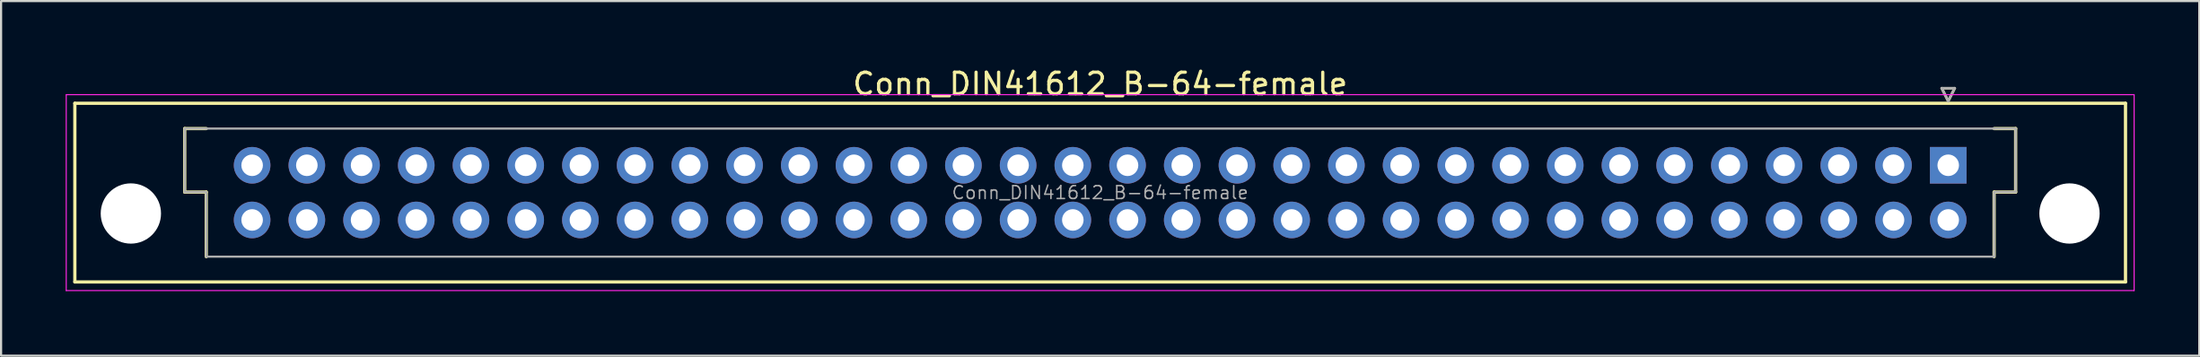
<source format=kicad_pcb>
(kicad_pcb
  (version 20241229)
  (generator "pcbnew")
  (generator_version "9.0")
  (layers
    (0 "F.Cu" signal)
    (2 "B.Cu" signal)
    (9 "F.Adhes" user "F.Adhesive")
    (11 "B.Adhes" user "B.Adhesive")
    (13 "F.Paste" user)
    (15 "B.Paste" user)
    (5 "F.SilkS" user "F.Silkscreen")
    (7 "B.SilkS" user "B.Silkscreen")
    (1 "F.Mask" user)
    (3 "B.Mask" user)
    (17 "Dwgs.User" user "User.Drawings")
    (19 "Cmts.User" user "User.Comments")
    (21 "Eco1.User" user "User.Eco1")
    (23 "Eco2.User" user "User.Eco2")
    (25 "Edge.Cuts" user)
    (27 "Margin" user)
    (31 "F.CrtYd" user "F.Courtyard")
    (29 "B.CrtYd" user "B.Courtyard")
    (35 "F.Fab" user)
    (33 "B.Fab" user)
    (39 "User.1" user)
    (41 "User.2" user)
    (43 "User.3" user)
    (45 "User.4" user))
  (footprint "Conn_DIN41612_B-64-female"
    (layer "F.Cu")
    (at 87.395 4.628)
    (property "Reference" "Conn_DIN41612_B-64-female" (at -39.37 -3.78 0) (layer "F.SilkS") (effects (font (size 1 1) (thickness 0.15))))
    (attr through_hole)
    (fp_line (start -86.97 -2.88) (end -86.97 5.42) (stroke (width 0.15) (type solid)) (layer "F.SilkS"))
    (fp_line (start -86.97 5.42) (end 8.23 5.42) (stroke (width 0.15) (type solid)) (layer "F.SilkS"))
    (fp_line (start -81.87 -1.705) (end -81.87 1.245) (stroke (width 0.15) (type solid)) (layer "F.SilkS"))
    (fp_line (start -81.87 1.245) (end -80.87 1.245) (stroke (width 0.15) (type solid)) (layer "F.SilkS"))
    (fp_line (start -80.87 -1.705) (end -81.87 -1.705) (stroke (width 0.15) (type solid)) (layer "F.SilkS"))
    (fp_line (start -80.87 1.245) (end -80.87 4.245) (stroke (width 0.15) (type solid)) (layer "F.SilkS"))
    (fp_line (start -0.3 -3.58) (end 0.3 -3.58) (stroke (width 0.12) (type solid)) (layer "F.SilkS"))
    (fp_line (start 0 -2.98) (end -0.3 -3.58) (stroke (width 0.12) (type solid)) (layer "F.SilkS"))
    (fp_line (start 0.3 -3.58) (end 0 -2.98) (stroke (width 0.12) (type solid)) (layer "F.SilkS"))
    (fp_line (start 2.13 1.245) (end 3.13 1.245) (stroke (width 0.15) (type solid)) (layer "F.SilkS"))
    (fp_line (start 2.13 4.245) (end 2.13 1.245) (stroke (width 0.15) (type solid)) (layer "F.SilkS"))
    (fp_line (start 3.13 -1.705) (end 2.13 -1.705) (stroke (width 0.15) (type solid)) (layer "F.SilkS"))
    (fp_line (start 3.13 1.245) (end 3.13 -1.705) (stroke (width 0.15) (type solid)) (layer "F.SilkS"))
    (fp_line (start 8.23 -2.88) (end -86.97 -2.88) (stroke (width 0.15) (type solid)) (layer "F.SilkS"))
    (fp_line (start 8.23 5.42) (end 8.23 -2.88) (stroke (width 0.15) (type solid)) (layer "F.SilkS"))
    (fp_line (start -87.37 -3.28) (end -87.37 5.82) (stroke (width 0.05) (type solid)) (layer "F.CrtYd"))
    (fp_line (start -87.37 5.82) (end 8.63 5.82) (stroke (width 0.05) (type solid)) (layer "F.CrtYd"))
    (fp_line (start 8.63 -3.28) (end -87.37 -3.28) (stroke (width 0.05) (type solid)) (layer "F.CrtYd"))
    (fp_line (start 8.63 5.82) (end 8.63 -3.28) (stroke (width 0.05) (type solid)) (layer "F.CrtYd"))
    (fp_line (start -81.87 -1.705) (end -81.87 1.245) (stroke (width 0.1) (type solid)) (layer "F.Fab"))
    (fp_line (start -81.87 1.245) (end -80.87 1.245) (stroke (width 0.1) (type solid)) (layer "F.Fab"))
    (fp_line (start -80.87 -1.705) (end -81.87 -1.705) (stroke (width 0.1) (type solid)) (layer "F.Fab"))
    (fp_line (start -80.87 1.245) (end -80.87 4.245) (stroke (width 0.1) (type solid)) (layer "F.Fab"))
    (fp_line (start -80.87 4.245) (end 2.13 4.245) (stroke (width 0.1) (type solid)) (layer "F.Fab"))
    (fp_line (start -0.3 -3.58) (end 0.3 -3.58) (stroke (width 0.12) (type solid)) (layer "F.Fab"))
    (fp_line (start 0 -2.98) (end -0.3 -3.58) (stroke (width 0.12) (type solid)) (layer "F.Fab"))
    (fp_line (start 0.3 -3.58) (end 0 -2.98) (stroke (width 0.12) (type solid)) (layer "F.Fab"))
    (fp_line (start 2.13 -1.705) (end -80.87 -1.705) (stroke (width 0.1) (type solid)) (layer "F.Fab"))
    (fp_line (start 2.13 1.245) (end 3.13 1.245) (stroke (width 0.1) (type solid)) (layer "F.Fab"))
    (fp_line (start 2.13 4.245) (end 2.13 1.245) (stroke (width 0.1) (type solid)) (layer "F.Fab"))
    (fp_line (start 3.13 -1.705) (end 2.13 -1.705) (stroke (width 0.1) (type solid)) (layer "F.Fab"))
    (fp_line (start 3.13 1.245) (end 3.13 -1.705) (stroke (width 0.1) (type solid)) (layer "F.Fab"))
    (fp_text user "${REFERENCE}" (at -39.37 1.27 0) (layer "F.Fab") (effects (font (size 0.6 0.6) (thickness 0.07))))
    (pad "" np_thru_hole circle (at -84.37 2.24) (size 2.8 2.8) (drill 2.8) (layers "*.Cu" "*.Mask"))
    (pad "" np_thru_hole circle (at 5.63 2.24) (size 2.8 2.8) (drill 2.8) (layers "*.Cu" "*.Mask"))
    (pad "A1" thru_hole rect (at 0 0) (size 1.7 1.7) (drill 1) (layers "*.Cu" "*.Mask"))
    (pad "A2" thru_hole circle (at -2.54 0) (size 1.7 1.7) (drill 1) (layers "*.Cu" "*.Mask"))
    (pad "A3" thru_hole circle (at -5.08 0) (size 1.7 1.7) (drill 1) (layers "*.Cu" "*.Mask"))
    (pad "A4" thru_hole circle (at -7.62 0) (size 1.7 1.7) (drill 1) (layers "*.Cu" "*.Mask"))
    (pad "A5" thru_hole circle (at -10.16 0) (size 1.7 1.7) (drill 1) (layers "*.Cu" "*.Mask"))
    (pad "A6" thru_hole circle (at -12.7 0) (size 1.7 1.7) (drill 1) (layers "*.Cu" "*.Mask"))
    (pad "A7" thru_hole circle (at -15.24 0) (size 1.7 1.7) (drill 1) (layers "*.Cu" "*.Mask"))
    (pad "A8" thru_hole circle (at -17.78 0) (size 1.7 1.7) (drill 1) (layers "*.Cu" "*.Mask"))
    (pad "A9" thru_hole circle (at -20.32 0) (size 1.7 1.7) (drill 1) (layers "*.Cu" "*.Mask"))
    (pad "A10" thru_hole circle (at -22.86 0) (size 1.7 1.7) (drill 1) (layers "*.Cu" "*.Mask"))
    (pad "A11" thru_hole circle (at -25.4 0) (size 1.7 1.7) (drill 1) (layers "*.Cu" "*.Mask"))
    (pad "A12" thru_hole circle (at -27.94 0) (size 1.7 1.7) (drill 1) (layers "*.Cu" "*.Mask"))
    (pad "A13" thru_hole circle (at -30.48 0) (size 1.7 1.7) (drill 1) (layers "*.Cu" "*.Mask"))
    (pad "A14" thru_hole circle (at -33.02 0) (size 1.7 1.7) (drill 1) (layers "*.Cu" "*.Mask"))
    (pad "A15" thru_hole circle (at -35.56 0) (size 1.7 1.7) (drill 1) (layers "*.Cu" "*.Mask"))
    (pad "A16" thru_hole circle (at -38.1 0) (size 1.7 1.7) (drill 1) (layers "*.Cu" "*.Mask"))
    (pad "A17" thru_hole circle (at -40.64 0) (size 1.7 1.7) (drill 1) (layers "*.Cu" "*.Mask"))
    (pad "A18" thru_hole circle (at -43.18 0) (size 1.7 1.7) (drill 1) (layers "*.Cu" "*.Mask"))
    (pad "A19" thru_hole circle (at -45.72 0) (size 1.7 1.7) (drill 1) (layers "*.Cu" "*.Mask"))
    (pad "A20" thru_hole circle (at -48.26 0) (size 1.7 1.7) (drill 1) (layers "*.Cu" "*.Mask"))
    (pad "A21" thru_hole circle (at -50.8 0) (size 1.7 1.7) (drill 1) (layers "*.Cu" "*.Mask"))
    (pad "A22" thru_hole circle (at -53.34 0) (size 1.7 1.7) (drill 1) (layers "*.Cu" "*.Mask"))
    (pad "A23" thru_hole circle (at -55.88 0) (size 1.7 1.7) (drill 1) (layers "*.Cu" "*.Mask"))
    (pad "A24" thru_hole circle (at -58.42 0) (size 1.7 1.7) (drill 1) (layers "*.Cu" "*.Mask"))
    (pad "A25" thru_hole circle (at -60.96 0) (size 1.7 1.7) (drill 1) (layers "*.Cu" "*.Mask"))
    (pad "A26" thru_hole circle (at -63.5 0) (size 1.7 1.7) (drill 1) (layers "*.Cu" "*.Mask"))
    (pad "A27" thru_hole circle (at -66.04 0) (size 1.7 1.7) (drill 1) (layers "*.Cu" "*.Mask"))
    (pad "A28" thru_hole circle (at -68.58 0) (size 1.7 1.7) (drill 1) (layers "*.Cu" "*.Mask"))
    (pad "A29" thru_hole circle (at -71.12 0) (size 1.7 1.7) (drill 1) (layers "*.Cu" "*.Mask"))
    (pad "A30" thru_hole circle (at -73.66 0) (size 1.7 1.7) (drill 1) (layers "*.Cu" "*.Mask"))
    (pad "A31" thru_hole circle (at -76.2 0) (size 1.7 1.7) (drill 1) (layers "*.Cu" "*.Mask"))
    (pad "A32" thru_hole circle (at -78.74 0) (size 1.7 1.7) (drill 1) (layers "*.Cu" "*.Mask"))
    (pad "B1" thru_hole circle (at 0 2.54) (size 1.7 1.7) (drill 1) (layers "*.Cu" "*.Mask"))
    (pad "B2" thru_hole circle (at -2.54 2.54) (size 1.7 1.7) (drill 1) (layers "*.Cu" "*.Mask"))
    (pad "B3" thru_hole circle (at -5.08 2.54) (size 1.7 1.7) (drill 1) (layers "*.Cu" "*.Mask"))
    (pad "B4" thru_hole circle (at -7.62 2.54) (size 1.7 1.7) (drill 1) (layers "*.Cu" "*.Mask"))
    (pad "B5" thru_hole circle (at -10.16 2.54) (size 1.7 1.7) (drill 1) (layers "*.Cu" "*.Mask"))
    (pad "B6" thru_hole circle (at -12.7 2.54) (size 1.7 1.7) (drill 1) (layers "*.Cu" "*.Mask"))
    (pad "B7" thru_hole circle (at -15.24 2.54) (size 1.7 1.7) (drill 1) (layers "*.Cu" "*.Mask"))
    (pad "B8" thru_hole circle (at -17.78 2.54) (size 1.7 1.7) (drill 1) (layers "*.Cu" "*.Mask"))
    (pad "B9" thru_hole circle (at -20.32 2.54) (size 1.7 1.7) (drill 1) (layers "*.Cu" "*.Mask"))
    (pad "B10" thru_hole circle (at -22.86 2.54) (size 1.7 1.7) (drill 1) (layers "*.Cu" "*.Mask"))
    (pad "B11" thru_hole circle (at -25.4 2.54) (size 1.7 1.7) (drill 1) (layers "*.Cu" "*.Mask"))
    (pad "B12" thru_hole circle (at -27.94 2.54) (size 1.7 1.7) (drill 1) (layers "*.Cu" "*.Mask"))
    (pad "B13" thru_hole circle (at -30.48 2.54) (size 1.7 1.7) (drill 1) (layers "*.Cu" "*.Mask"))
    (pad "B14" thru_hole circle (at -33.02 2.54) (size 1.7 1.7) (drill 1) (layers "*.Cu" "*.Mask"))
    (pad "B15" thru_hole circle (at -35.56 2.54) (size 1.7 1.7) (drill 1) (layers "*.Cu" "*.Mask"))
    (pad "B16" thru_hole circle (at -38.1 2.54) (size 1.7 1.7) (drill 1) (layers "*.Cu" "*.Mask"))
    (pad "B17" thru_hole circle (at -40.64 2.54) (size 1.7 1.7) (drill 1) (layers "*.Cu" "*.Mask"))
    (pad "B18" thru_hole circle (at -43.18 2.54) (size 1.7 1.7) (drill 1) (layers "*.Cu" "*.Mask"))
    (pad "B19" thru_hole circle (at -45.72 2.54) (size 1.7 1.7) (drill 1) (layers "*.Cu" "*.Mask"))
    (pad "B20" thru_hole circle (at -48.26 2.54) (size 1.7 1.7) (drill 1) (layers "*.Cu" "*.Mask"))
    (pad "B21" thru_hole circle (at -50.8 2.54) (size 1.7 1.7) (drill 1) (layers "*.Cu" "*.Mask"))
    (pad "B22" thru_hole circle (at -53.34 2.54) (size 1.7 1.7) (drill 1) (layers "*.Cu" "*.Mask"))
    (pad "B23" thru_hole circle (at -55.88 2.54) (size 1.7 1.7) (drill 1) (layers "*.Cu" "*.Mask"))
    (pad "B24" thru_hole circle (at -58.42 2.54) (size 1.7 1.7) (drill 1) (layers "*.Cu" "*.Mask"))
    (pad "B25" thru_hole circle (at -60.96 2.54) (size 1.7 1.7) (drill 1) (layers "*.Cu" "*.Mask"))
    (pad "B26" thru_hole circle (at -63.5 2.54) (size 1.7 1.7) (drill 1) (layers "*.Cu" "*.Mask"))
    (pad "B27" thru_hole circle (at -66.04 2.54) (size 1.7 1.7) (drill 1) (layers "*.Cu" "*.Mask"))
    (pad "B28" thru_hole circle (at -68.58 2.54) (size 1.7 1.7) (drill 1) (layers "*.Cu" "*.Mask"))
    (pad "B29" thru_hole circle (at -71.12 2.54) (size 1.7 1.7) (drill 1) (layers "*.Cu" "*.Mask"))
    (pad "B30" thru_hole circle (at -73.66 2.54) (size 1.7 1.7) (drill 1) (layers "*.Cu" "*.Mask"))
    (pad "B31" thru_hole circle (at -76.2 2.54) (size 1.7 1.7) (drill 1) (layers "*.Cu" "*.Mask"))
    (pad "B32" thru_hole circle (at -78.74 2.54) (size 1.7 1.7) (drill 1) (layers "*.Cu" "*.Mask")))
  (gr_rect
    (start -3 -3)
    (end 99.05 13.473)
    (stroke (width 0.1) (type default))
    (fill no)
    (layer "Edge.Cuts")))
</source>
